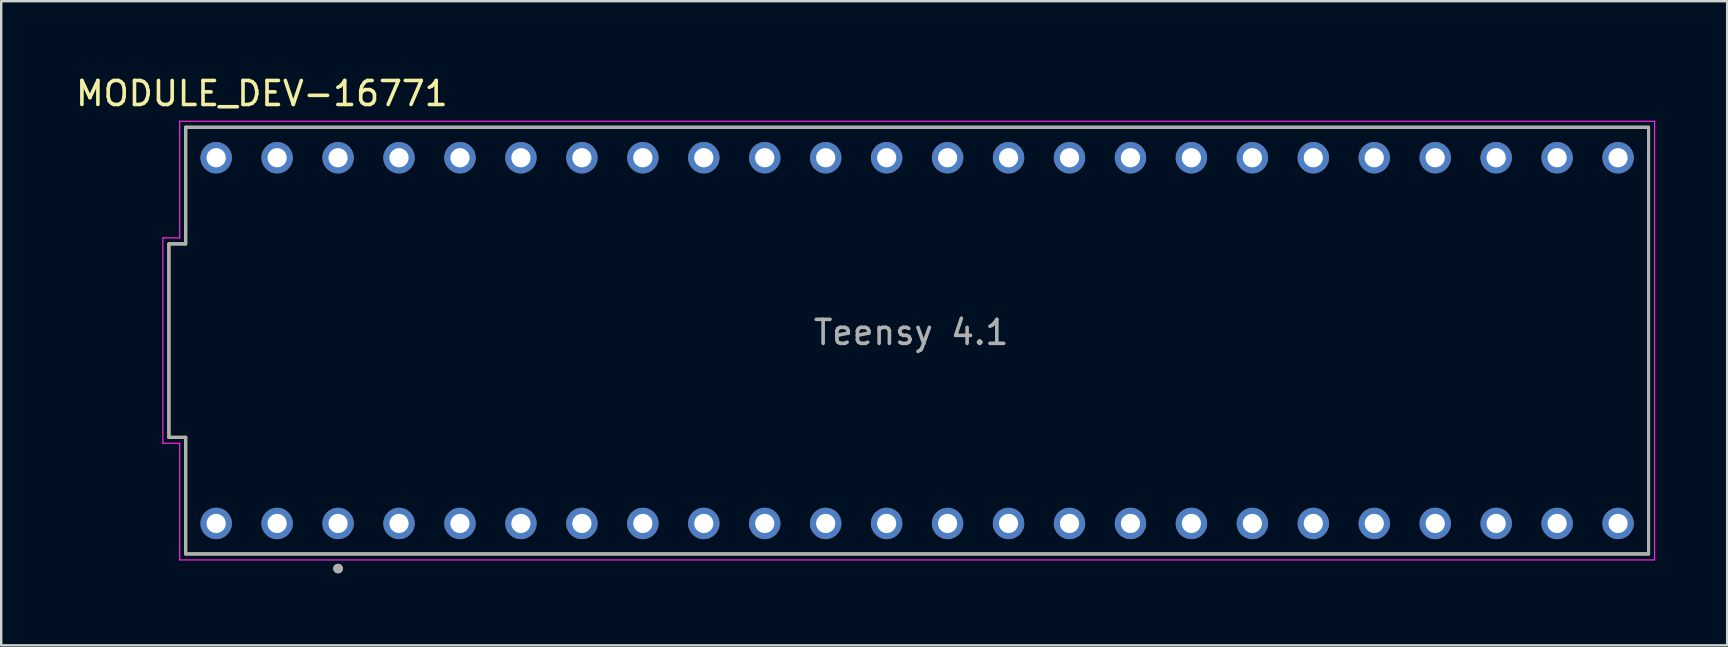
<source format=kicad_pcb>
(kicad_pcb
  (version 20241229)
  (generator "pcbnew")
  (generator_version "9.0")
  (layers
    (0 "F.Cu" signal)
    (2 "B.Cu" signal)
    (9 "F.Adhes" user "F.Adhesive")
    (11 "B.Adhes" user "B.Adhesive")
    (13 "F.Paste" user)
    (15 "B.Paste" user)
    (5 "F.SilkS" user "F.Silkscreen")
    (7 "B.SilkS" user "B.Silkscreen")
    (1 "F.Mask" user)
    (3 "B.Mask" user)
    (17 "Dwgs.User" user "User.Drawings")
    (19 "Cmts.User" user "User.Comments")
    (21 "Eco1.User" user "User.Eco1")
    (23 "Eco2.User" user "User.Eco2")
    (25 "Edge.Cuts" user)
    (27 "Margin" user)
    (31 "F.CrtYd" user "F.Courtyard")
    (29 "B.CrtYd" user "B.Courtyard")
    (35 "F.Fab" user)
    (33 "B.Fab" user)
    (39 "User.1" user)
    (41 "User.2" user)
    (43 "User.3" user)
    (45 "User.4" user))
  (footprint "MODULE_DEV-16771"
    (layer "F.Cu")
    (at 35.168 11.143)
    (property "Reference" "MODULE_DEV-16771" (at -27.305 -10.295 0) (layer "F.SilkS") (effects (font (size 1 1) (thickness 0.15))))
    (attr through_hole)
    (fp_line (start -31.18 4.03) (end -31.18 -4.03) (stroke (width 0.127) (type solid)) (layer "F.SilkS"))
    (fp_line (start -30.48 -8.89) (end -30.48 -4.03) (stroke (width 0.127) (type solid)) (layer "F.SilkS"))
    (fp_line (start -30.48 -8.89) (end 30.48 -8.89) (stroke (width 0.127) (type solid)) (layer "F.SilkS"))
    (fp_line (start -30.48 -4.03) (end -31.18 -4.03) (stroke (width 0.127) (type solid)) (layer "F.SilkS"))
    (fp_line (start -30.48 4.03) (end -31.18 4.03) (stroke (width 0.127) (type solid)) (layer "F.SilkS"))
    (fp_line (start -30.48 8.89) (end -30.48 4.03) (stroke (width 0.127) (type solid)) (layer "F.SilkS"))
    (fp_line (start 30.48 -8.89) (end 30.48 8.89) (stroke (width 0.127) (type solid)) (layer "F.SilkS"))
    (fp_line (start 30.48 8.89) (end -30.48 8.89) (stroke (width 0.127) (type solid)) (layer "F.SilkS"))
    (fp_circle (center -24.13 9.5) (end -24.03 9.5) (stroke (width 0.2) (type solid)) (fill no) (layer "F.SilkS"))
    (fp_line (start -31.43 4.28) (end -31.43 -4.28) (stroke (width 0.05) (type solid)) (layer "F.CrtYd"))
    (fp_line (start -30.73 -9.14) (end -30.73 -4.28) (stroke (width 0.05) (type solid)) (layer "F.CrtYd"))
    (fp_line (start -30.73 -9.14) (end 30.73 -9.14) (stroke (width 0.05) (type solid)) (layer "F.CrtYd"))
    (fp_line (start -30.73 -4.28) (end -31.43 -4.28) (stroke (width 0.05) (type solid)) (layer "F.CrtYd"))
    (fp_line (start -30.73 4.28) (end -31.43 4.28) (stroke (width 0.05) (type solid)) (layer "F.CrtYd"))
    (fp_line (start -30.73 9.14) (end -30.73 4.28) (stroke (width 0.05) (type solid)) (layer "F.CrtYd"))
    (fp_line (start 30.73 -9.14) (end 30.73 9.14) (stroke (width 0.05) (type solid)) (layer "F.CrtYd"))
    (fp_line (start 30.73 9.14) (end -30.73 9.14) (stroke (width 0.05) (type solid)) (layer "F.CrtYd"))
    (fp_line (start -31.18 4.03) (end -31.18 -4.03) (stroke (width 0.127) (type solid)) (layer "F.Fab"))
    (fp_line (start -30.48 -8.89) (end -30.48 -4.03) (stroke (width 0.127) (type solid)) (layer "F.Fab"))
    (fp_line (start -30.48 -8.89) (end 30.48 -8.89) (stroke (width 0.127) (type solid)) (layer "F.Fab"))
    (fp_line (start -30.48 -4.03) (end -31.18 -4.03) (stroke (width 0.127) (type solid)) (layer "F.Fab"))
    (fp_line (start -30.48 4.03) (end -31.18 4.03) (stroke (width 0.127) (type solid)) (layer "F.Fab"))
    (fp_line (start -30.48 8.89) (end -30.48 4.03) (stroke (width 0.127) (type solid)) (layer "F.Fab"))
    (fp_line (start 30.48 -8.89) (end 30.48 8.89) (stroke (width 0.127) (type solid)) (layer "F.Fab"))
    (fp_line (start 30.48 8.89) (end -30.48 8.89) (stroke (width 0.127) (type solid)) (layer "F.Fab"))
    (fp_circle (center -24.13 9.5) (end -24.03 9.5) (stroke (width 0.2) (type solid)) (fill no) (layer "F.Fab"))
    (fp_text user "Teensy 4.1" (at -0.25 -0.34 0) (layer "F.Fab") (effects (font (size 1 1) (thickness 0.15))))
    (pad "0" thru_hole circle (at -26.67 7.62) (size 1.308 1.308) (drill 0.8) (layers "*.Cu" "*.Mask"))
    (pad "1" thru_hole circle (at -24.13 7.62) (size 1.308 1.308) (drill 0.8) (layers "*.Cu" "*.Mask"))
    (pad "2" thru_hole circle (at -21.59 7.62) (size 1.308 1.308) (drill 0.8) (layers "*.Cu" "*.Mask"))
    (pad "3" thru_hole circle (at -19.05 7.62) (size 1.308 1.308) (drill 0.8) (layers "*.Cu" "*.Mask"))
    (pad "3.3V_1" thru_hole circle (at 6.35 7.62) (size 1.308 1.308) (drill 0.8) (layers "*.Cu" "*.Mask"))
    (pad "3.3V_2" thru_hole circle (at -24.13 -7.62) (size 1.308 1.308) (drill 0.8) (layers "*.Cu" "*.Mask"))
    (pad "4" thru_hole circle (at -16.51 7.62) (size 1.308 1.308) (drill 0.8) (layers "*.Cu" "*.Mask"))
    (pad "5" thru_hole circle (at -13.97 7.62) (size 1.308 1.308) (drill 0.8) (layers "*.Cu" "*.Mask"))
    (pad "6" thru_hole circle (at -11.43 7.62) (size 1.308 1.308) (drill 0.8) (layers "*.Cu" "*.Mask"))
    (pad "7" thru_hole circle (at -8.89 7.62) (size 1.308 1.308) (drill 0.8) (layers "*.Cu" "*.Mask"))
    (pad "8" thru_hole circle (at -6.35 7.62) (size 1.308 1.308) (drill 0.8) (layers "*.Cu" "*.Mask"))
    (pad "9" thru_hole circle (at -3.81 7.62) (size 1.308 1.308) (drill 0.8) (layers "*.Cu" "*.Mask"))
    (pad "10" thru_hole circle (at -1.27 7.62) (size 1.308 1.308) (drill 0.8) (layers "*.Cu" "*.Mask"))
    (pad "11" thru_hole circle (at 1.27 7.62) (size 1.308 1.308) (drill 0.8) (layers "*.Cu" "*.Mask"))
    (pad "12" thru_hole circle (at 3.81 7.62) (size 1.308 1.308) (drill 0.8) (layers "*.Cu" "*.Mask"))
    (pad "13" thru_hole circle (at 3.81 -7.62) (size 1.308 1.308) (drill 0.8) (layers "*.Cu" "*.Mask"))
    (pad "14" thru_hole circle (at 1.27 -7.62) (size 1.308 1.308) (drill 0.8) (layers "*.Cu" "*.Mask"))
    (pad "15" thru_hole circle (at -1.27 -7.62) (size 1.308 1.308) (drill 0.8) (layers "*.Cu" "*.Mask"))
    (pad "16" thru_hole circle (at -3.81 -7.62) (size 1.308 1.308) (drill 0.8) (layers "*.Cu" "*.Mask"))
    (pad "17" thru_hole circle (at -6.35 -7.62) (size 1.308 1.308) (drill 0.8) (layers "*.Cu" "*.Mask"))
    (pad "18" thru_hole circle (at -8.89 -7.62) (size 1.308 1.308) (drill 0.8) (layers "*.Cu" "*.Mask"))
    (pad "19" thru_hole circle (at -11.43 -7.62) (size 1.308 1.308) (drill 0.8) (layers "*.Cu" "*.Mask"))
    (pad "20" thru_hole circle (at -13.97 -7.62) (size 1.308 1.308) (drill 0.8) (layers "*.Cu" "*.Mask"))
    (pad "21" thru_hole circle (at -16.51 -7.62) (size 1.308 1.308) (drill 0.8) (layers "*.Cu" "*.Mask"))
    (pad "22" thru_hole circle (at -19.05 -7.62) (size 1.308 1.308) (drill 0.8) (layers "*.Cu" "*.Mask"))
    (pad "23" thru_hole circle (at -21.59 -7.62) (size 1.308 1.308) (drill 0.8) (layers "*.Cu" "*.Mask"))
    (pad "24" thru_hole circle (at 8.89 7.62) (size 1.308 1.308) (drill 0.8) (layers "*.Cu" "*.Mask"))
    (pad "25" thru_hole circle (at 11.43 7.62) (size 1.308 1.308) (drill 0.8) (layers "*.Cu" "*.Mask"))
    (pad "26" thru_hole circle (at 13.97 7.62) (size 1.308 1.308) (drill 0.8) (layers "*.Cu" "*.Mask"))
    (pad "27" thru_hole circle (at 16.51 7.62) (size 1.308 1.308) (drill 0.8) (layers "*.Cu" "*.Mask"))
    (pad "28" thru_hole circle (at 19.05 7.62) (size 1.308 1.308) (drill 0.8) (layers "*.Cu" "*.Mask"))
    (pad "29" thru_hole circle (at 21.59 7.62) (size 1.308 1.308) (drill 0.8) (layers "*.Cu" "*.Mask"))
    (pad "30" thru_hole circle (at 24.13 7.62) (size 1.308 1.308) (drill 0.8) (layers "*.Cu" "*.Mask"))
    (pad "31" thru_hole circle (at 26.67 7.62) (size 1.308 1.308) (drill 0.8) (layers "*.Cu" "*.Mask"))
    (pad "32" thru_hole circle (at 29.21 7.62) (size 1.308 1.308) (drill 0.8) (layers "*.Cu" "*.Mask"))
    (pad "33" thru_hole circle (at 29.21 -7.62) (size 1.308 1.308) (drill 0.8) (layers "*.Cu" "*.Mask"))
    (pad "34" thru_hole circle (at 26.67 -7.62) (size 1.308 1.308) (drill 0.8) (layers "*.Cu" "*.Mask"))
    (pad "35" thru_hole circle (at 24.13 -7.62) (size 1.308 1.308) (drill 0.8) (layers "*.Cu" "*.Mask"))
    (pad "36" thru_hole circle (at 21.59 -7.62) (size 1.308 1.308) (drill 0.8) (layers "*.Cu" "*.Mask"))
    (pad "37" thru_hole circle (at 19.05 -7.62) (size 1.308 1.308) (drill 0.8) (layers "*.Cu" "*.Mask"))
    (pad "38" thru_hole circle (at 16.51 -7.62) (size 1.308 1.308) (drill 0.8) (layers "*.Cu" "*.Mask"))
    (pad "39" thru_hole circle (at 13.97 -7.62) (size 1.308 1.308) (drill 0.8) (layers "*.Cu" "*.Mask"))
    (pad "40" thru_hole circle (at 11.43 -7.62) (size 1.308 1.308) (drill 0.8) (layers "*.Cu" "*.Mask"))
    (pad "41" thru_hole circle (at 8.89 -7.62) (size 1.308 1.308) (drill 0.8) (layers "*.Cu" "*.Mask"))
    (pad "GND1" thru_hole circle (at -29.21 7.62) (size 1.308 1.308) (drill 0.8) (layers "*.Cu" "*.Mask"))
    (pad "GND2" thru_hole circle (at 6.35 -7.62) (size 1.308 1.308) (drill 0.8) (layers "*.Cu" "*.Mask"))
    (pad "GND3" thru_hole circle (at -26.67 -7.62) (size 1.308 1.308) (drill 0.8) (layers "*.Cu" "*.Mask"))
    (pad "VIN" thru_hole circle (at -29.21 -7.62) (size 1.308 1.308) (drill 0.8) (layers "*.Cu" "*.Mask")))
  (gr_rect
    (start -3 -3)
    (end 68.923 23.843)
    (stroke (width 0.1) (type default))
    (fill no)
    (layer "Edge.Cuts")))
</source>
